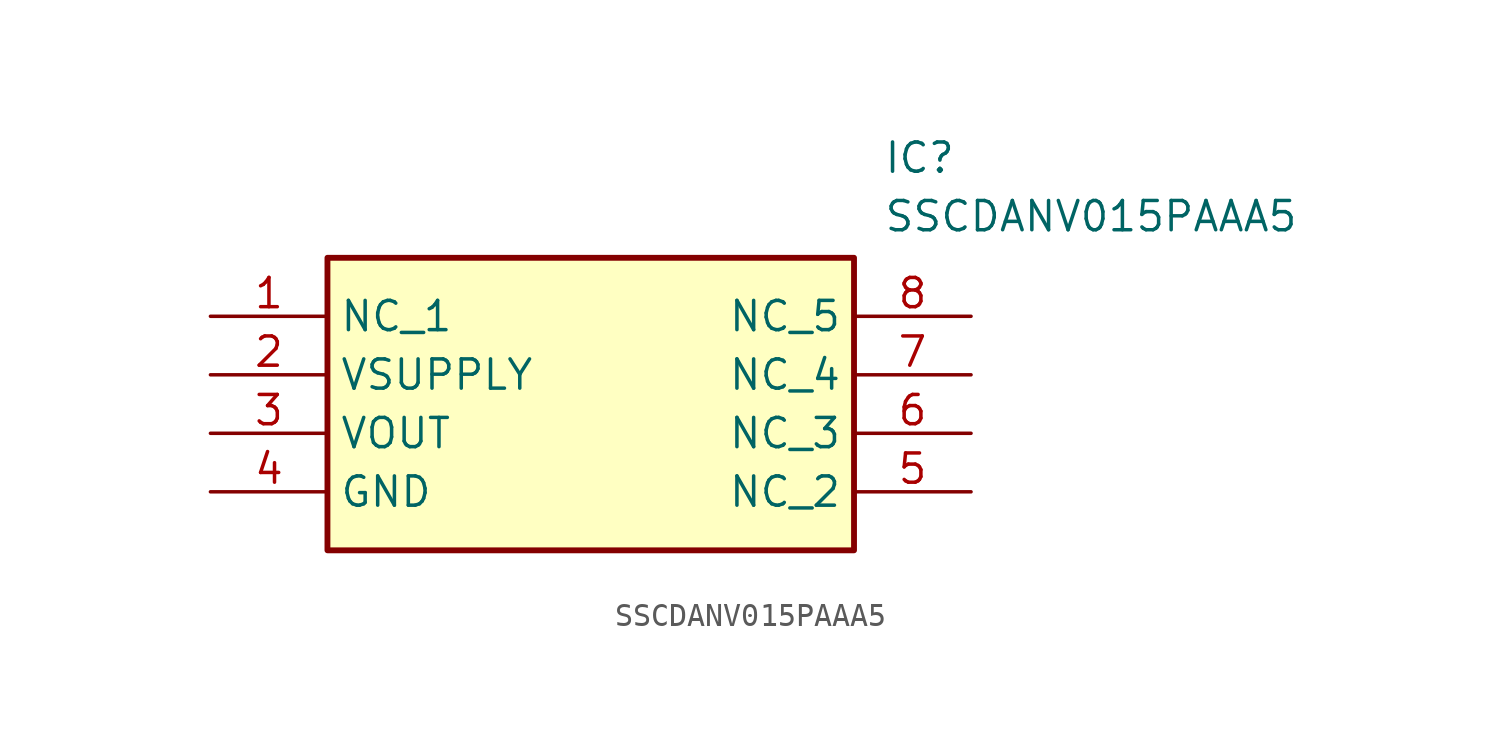
<source format=kicad_sym>
(kicad_symbol_lib
  (version 20231120)
  (generator "kicad_symbol_editor")
  (generator_version "8.0")
  (symbol "SSCDANV015PAAA5"
    (property "Reference" "IC"
      (at 29.21 7.62 0)
      (effects (font (size 1.27 1.27)) (justify left top)))
    (property "Value" "SSCDANV015PAAA5"
      (at 29.21 5.08 0)
      (effects (font (size 1.27 1.27)) (justify left top)))
    (symbol "SSCDANV015PAAA5_1_1"
      (rectangle (start 5.08 2.54) (end 27.94 -10.16) (stroke (width 0.254) (type default)) (fill (type background)))
      (pin passive line (at 0 0 0) (length 5.08) (name "NC_1" (effects (font (size 1.27 1.27)))) (number "1" (effects (font (size 1.27 1.27)))))
      (pin passive line (at 0 -2.54 0) (length 5.08) (name "VSUPPLY" (effects (font (size 1.27 1.27)))) (number "2" (effects (font (size 1.27 1.27)))))
      (pin passive line (at 0 -5.08 0) (length 5.08) (name "VOUT" (effects (font (size 1.27 1.27)))) (number "3" (effects (font (size 1.27 1.27)))))
      (pin passive line (at 0 -7.62 0) (length 5.08) (name "GND" (effects (font (size 1.27 1.27)))) (number "4" (effects (font (size 1.27 1.27)))))
      (pin passive line (at 33.02 -7.62 180) (length 5.08) (name "NC_2" (effects (font (size 1.27 1.27)))) (number "5" (effects (font (size 1.27 1.27)))))
      (pin passive line (at 33.02 -5.08 180) (length 5.08) (name "NC_3" (effects (font (size 1.27 1.27)))) (number "6" (effects (font (size 1.27 1.27)))))
      (pin passive line (at 33.02 -2.54 180) (length 5.08) (name "NC_4" (effects (font (size 1.27 1.27)))) (number "7" (effects (font (size 1.27 1.27)))))
      (pin passive line (at 33.02 0 180) (length 5.08) (name "NC_5" (effects (font (size 1.27 1.27)))) (number "8" (effects (font (size 1.27 1.27))))))))
</source>
